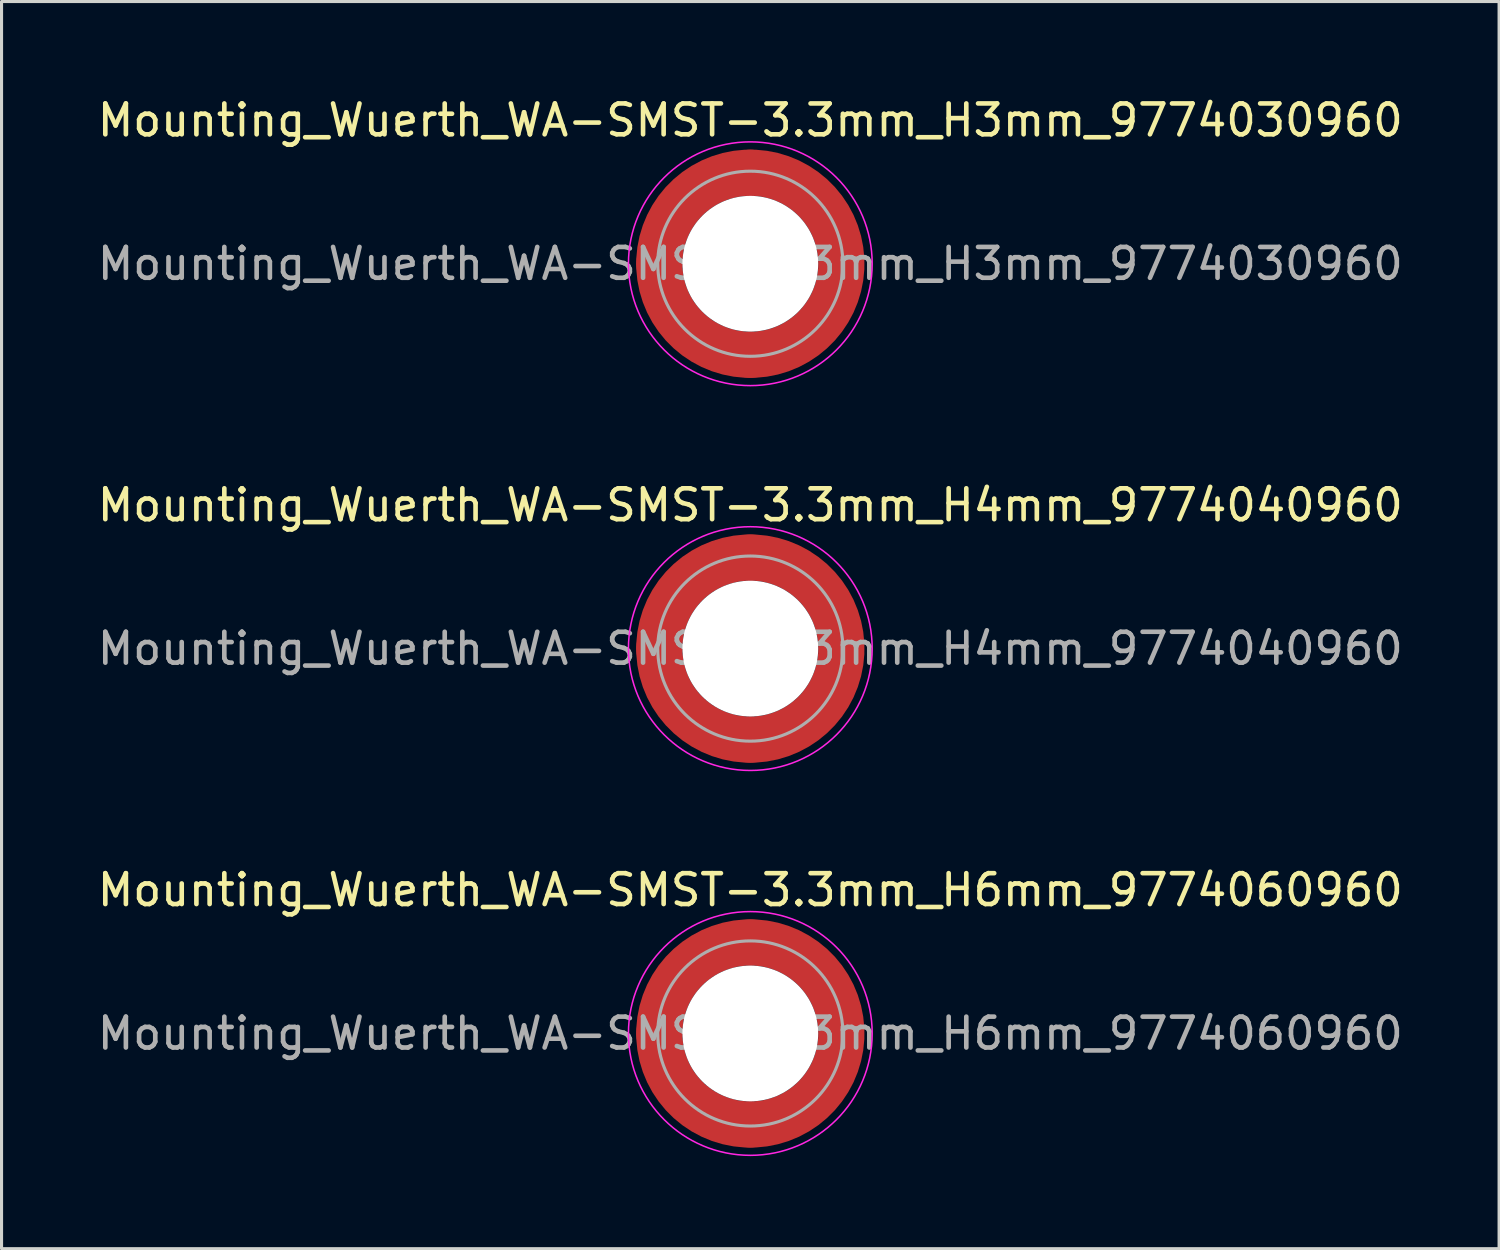
<source format=kicad_pcb>
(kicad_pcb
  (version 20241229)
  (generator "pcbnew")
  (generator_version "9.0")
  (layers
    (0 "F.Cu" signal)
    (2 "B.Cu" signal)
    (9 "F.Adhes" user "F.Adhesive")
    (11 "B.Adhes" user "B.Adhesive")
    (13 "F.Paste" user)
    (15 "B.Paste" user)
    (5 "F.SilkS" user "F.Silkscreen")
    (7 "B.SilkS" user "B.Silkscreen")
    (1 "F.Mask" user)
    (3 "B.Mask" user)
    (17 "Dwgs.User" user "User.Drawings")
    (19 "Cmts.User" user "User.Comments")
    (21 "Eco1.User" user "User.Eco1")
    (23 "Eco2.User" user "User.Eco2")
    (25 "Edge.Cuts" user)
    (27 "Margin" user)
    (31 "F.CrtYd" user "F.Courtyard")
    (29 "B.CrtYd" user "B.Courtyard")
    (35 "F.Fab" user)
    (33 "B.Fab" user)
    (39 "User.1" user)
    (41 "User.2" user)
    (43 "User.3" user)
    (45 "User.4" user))
  (footprint "Mounting_Wuerth_WA-SMST-3.3mm_H6mm_9774060960"
    (layer "F.Cu")
    (at 21.268 30.445)
    (property "Reference" "Mounting_Wuerth_WA-SMST-3.3mm_H6mm_9774060960" (at 0 -4.65 0) (layer "F.SilkS") (effects (font (size 1 1) (thickness 0.15))))
    (attr smd)
    (fp_circle (center 0 0) (end 3.95 0) (stroke (width 0.05) (type solid)) (fill no) (layer "F.CrtYd"))
    (fp_circle (center 0 0) (end 3 0) (stroke (width 0.1) (type solid)) (fill no) (layer "F.Fab"))
    (fp_text user "${REFERENCE}" (at 0 0 0) (layer "F.Fab") (effects (font (size 1 1) (thickness 0.15))))
    (pad "" smd custom (at -2.058 -2.058) (size 1.1 1.1) (layers "F.Paste") (options (anchor circle)) (primitives (gr_arc (start -0.524489 1.532681) (mid 0.194454 0.194454) (end 1.532681 -0.524489) (width 0.55)) (gr_arc (start -0.804569 1.532681) (mid 0 0) (end 1.532681 -0.804569) (width 0.55)) (gr_arc (start -1.083752 1.532681) (mid -0.194454 -0.194454) (end 1.532681 -1.083752) (width 0.55)) (gr_line (start 1.533 -0.524) (end 1.533 -1.084) (width 0.55)) (gr_line (start -0.524 1.533) (end -1.084 1.533) (width 0.55))))
    (pad "" smd custom (at -2.058 2.058) (size 1.1 1.1) (layers "F.Paste") (options (anchor circle)) (primitives (gr_arc (start 1.532681 0.524489) (mid 0.194454 -0.194454) (end -0.524489 -1.532681) (width 0.55)) (gr_arc (start 1.532681 0.804569) (mid 0 0) (end -0.804569 -1.532681) (width 0.55)) (gr_arc (start 1.532681 1.083752) (mid -0.194454 0.194454) (end -1.083752 -1.532681) (width 0.55)) (gr_line (start -0.524 -1.533) (end -1.084 -1.533) (width 0.55)) (gr_line (start 1.533 0.524) (end 1.533 1.084) (width 0.55))))
    (pad "" np_thru_hole circle (at 0 0) (size 4.4 4.4) (drill 4.4) (layers "*.Cu" "*.Mask"))
    (pad "" smd custom (at 2.058 -2.058) (size 1.1 1.1) (layers "F.Paste") (options (anchor circle)) (primitives (gr_arc (start -1.532681 -0.524489) (mid -0.194454 0.194454) (end 0.524489 1.532681) (width 0.55)) (gr_arc (start -1.532681 -0.804569) (mid 0 0) (end 0.804569 1.532681) (width 0.55)) (gr_arc (start -1.532681 -1.083752) (mid 0.194454 -0.194454) (end 1.083752 1.532681) (width 0.55)) (gr_line (start 0.524 1.533) (end 1.084 1.533) (width 0.55)) (gr_line (start -1.533 -0.524) (end -1.533 -1.084) (width 0.55))))
    (pad "" smd custom (at 2.058 2.058) (size 1.1 1.1) (layers "F.Paste") (options (anchor circle)) (primitives (gr_arc (start 0.524489 -1.532681) (mid -0.194454 -0.194454) (end -1.532681 0.524489) (width 0.55)) (gr_arc (start 0.804569 -1.532681) (mid 0 0) (end -1.532681 0.804569) (width 0.55)) (gr_arc (start 1.083752 -1.532681) (mid 0.194454 0.194454) (end -1.532681 1.083752) (width 0.55)) (gr_line (start -1.533 0.524) (end -1.533 1.084) (width 0.55)) (gr_line (start 0.524 -1.533) (end 1.084 -1.533) (width 0.55))))
    (pad "1" smd circle (at -2.95 0) (size 1.5 1.5) (layers "F.Cu"))
    (pad "1" smd circle (at 0 -2.95) (size 1.5 1.5) (layers "F.Cu"))
    (pad "1" smd circle (at 0 2.95) (size 1.5 1.5) (layers "F.Cu"))
    (pad "1" smd custom (at 2.95 0) (size 1.5 1.5) (layers "F.Cu" "F.Mask") (options (anchor circle)) (primitives (gr_circle (center -2.95 0) (end 0 0) (width 1.5) (fill no)))))
  (footprint "Mounting_Wuerth_WA-SMST-3.3mm_H4mm_9774040960"
    (layer "F.Cu")
    (at 21.268 17.971)
    (property "Reference" "Mounting_Wuerth_WA-SMST-3.3mm_H4mm_9774040960" (at 0 -4.65 0) (layer "F.SilkS") (effects (font (size 1 1) (thickness 0.15))))
    (attr smd)
    (fp_circle (center 0 0) (end 3.95 0) (stroke (width 0.05) (type solid)) (fill no) (layer "F.CrtYd"))
    (fp_circle (center 0 0) (end 3 0) (stroke (width 0.1) (type solid)) (fill no) (layer "F.Fab"))
    (fp_text user "${REFERENCE}" (at 0 0 0) (layer "F.Fab") (effects (font (size 1 1) (thickness 0.15))))
    (pad "" smd custom (at -2.058 -2.058) (size 0.55 0.55) (layers "F.Paste") (options (anchor circle)) (primitives (gr_arc (start -0.377294 1.707681) (mid 0.318198 0.318198) (end 1.707681 -0.377294) (width 0.2)) (gr_arc (start -0.478281 1.707681) (mid 0.247487 0.247487) (end 1.707681 -0.478281) (width 0.2)) (gr_arc (start -0.579192 1.707681) (mid 0.176777 0.176777) (end 1.707681 -0.579192) (width 0.2)) (gr_arc (start -0.680037 1.707681) (mid 0.106066 0.106066) (end 1.707681 -0.680037) (width 0.2)) (gr_arc (start -0.780822 1.707681) (mid 0.035356 0.035356) (end 1.707681 -0.780822) (width 0.2)) (gr_arc (start -0.881554 1.707681) (mid -0.035355 -0.035355) (end 1.707681 -0.881554) (width 0.2)) (gr_arc (start -0.982237 1.707681) (mid -0.106066 -0.106066) (end 1.707681 -0.982237) (width 0.2)) (gr_arc (start -1.082877 1.707681) (mid -0.176777 -0.176777) (end 1.707681 -1.082877) (width 0.2)) (gr_arc (start -1.183476 1.707681) (mid -0.247487 -0.247487) (end 1.707681 -1.183476) (width 0.2)) (gr_arc (start -1.28404 1.707681) (mid -0.318198 -0.318198) (end 1.707681 -1.28404) (width 0.2)) (gr_line (start 1.708 -0.377) (end 1.708 -1.284) (width 0.2)) (gr_line (start -0.377 1.708) (end -1.284 1.708) (width 0.2))))
    (pad "" smd custom (at -2.058 2.058) (size 0.55 0.55) (layers "F.Paste") (options (anchor circle)) (primitives (gr_arc (start 1.707681 0.377294) (mid 0.318198 -0.318198) (end -0.377294 -1.707681) (width 0.2)) (gr_arc (start 1.707681 0.478281) (mid 0.247487 -0.247487) (end -0.478281 -1.707681) (width 0.2)) (gr_arc (start 1.707681 0.579192) (mid 0.176777 -0.176777) (end -0.579192 -1.707681) (width 0.2)) (gr_arc (start 1.707681 0.680037) (mid 0.106066 -0.106066) (end -0.680037 -1.707681) (width 0.2)) (gr_arc (start 1.707681 0.780822) (mid 0.035356 -0.035356) (end -0.780822 -1.707681) (width 0.2)) (gr_arc (start 1.707681 0.881554) (mid -0.035355 0.035355) (end -0.881554 -1.707681) (width 0.2)) (gr_arc (start 1.707681 0.982237) (mid -0.106066 0.106066) (end -0.982237 -1.707681) (width 0.2)) (gr_arc (start 1.707681 1.082877) (mid -0.176777 0.176777) (end -1.082877 -1.707681) (width 0.2)) (gr_arc (start 1.707681 1.183476) (mid -0.247487 0.247487) (end -1.183476 -1.707681) (width 0.2)) (gr_arc (start 1.707681 1.28404) (mid -0.318198 0.318198) (end -1.28404 -1.707681) (width 0.2)) (gr_line (start -0.377 -1.708) (end -1.284 -1.708) (width 0.2)) (gr_line (start 1.708 0.377) (end 1.708 1.284) (width 0.2))))
    (pad "" np_thru_hole circle (at 0 0) (size 4.4 4.4) (drill 4.4) (layers "*.Cu" "*.Mask"))
    (pad "" smd custom (at 2.058 -2.058) (size 0.55 0.55) (layers "F.Paste") (options (anchor circle)) (primitives (gr_arc (start -1.707681 -0.377294) (mid -0.318198 0.318198) (end 0.377294 1.707681) (width 0.2)) (gr_arc (start -1.707681 -0.478281) (mid -0.247487 0.247487) (end 0.478281 1.707681) (width 0.2)) (gr_arc (start -1.707681 -0.579192) (mid -0.176777 0.176777) (end 0.579192 1.707681) (width 0.2)) (gr_arc (start -1.707681 -0.680037) (mid -0.106066 0.106066) (end 0.680037 1.707681) (width 0.2)) (gr_arc (start -1.707681 -0.780822) (mid -0.035356 0.035356) (end 0.780822 1.707681) (width 0.2)) (gr_arc (start -1.707681 -0.881554) (mid 0.035355 -0.035355) (end 0.881554 1.707681) (width 0.2)) (gr_arc (start -1.707681 -0.982237) (mid 0.106066 -0.106066) (end 0.982237 1.707681) (width 0.2)) (gr_arc (start -1.707681 -1.082877) (mid 0.176777 -0.176777) (end 1.082877 1.707681) (width 0.2)) (gr_arc (start -1.707681 -1.183476) (mid 0.247487 -0.247487) (end 1.183476 1.707681) (width 0.2)) (gr_arc (start -1.707681 -1.28404) (mid 0.318198 -0.318198) (end 1.28404 1.707681) (width 0.2)) (gr_line (start 0.377 1.708) (end 1.284 1.708) (width 0.2)) (gr_line (start -1.708 -0.377) (end -1.708 -1.284) (width 0.2))))
    (pad "" smd custom (at 2.058 2.058) (size 0.55 0.55) (layers "F.Paste") (options (anchor circle)) (primitives (gr_arc (start 0.377294 -1.707681) (mid -0.318198 -0.318198) (end -1.707681 0.377294) (width 0.2)) (gr_arc (start 0.478281 -1.707681) (mid -0.247487 -0.247487) (end -1.707681 0.478281) (width 0.2)) (gr_arc (start 0.579192 -1.707681) (mid -0.176777 -0.176777) (end -1.707681 0.579192) (width 0.2)) (gr_arc (start 0.680037 -1.707681) (mid -0.106066 -0.106066) (end -1.707681 0.680037) (width 0.2)) (gr_arc (start 0.780822 -1.707681) (mid -0.035356 -0.035356) (end -1.707681 0.780822) (width 0.2)) (gr_arc (start 0.881554 -1.707681) (mid 0.035355 0.035355) (end -1.707681 0.881554) (width 0.2)) (gr_arc (start 0.982237 -1.707681) (mid 0.106066 0.106066) (end -1.707681 0.982237) (width 0.2)) (gr_arc (start 1.082877 -1.707681) (mid 0.176777 0.176777) (end -1.707681 1.082877) (width 0.2)) (gr_arc (start 1.183476 -1.707681) (mid 0.247487 0.247487) (end -1.707681 1.183476) (width 0.2)) (gr_arc (start 1.28404 -1.707681) (mid 0.318198 0.318198) (end -1.707681 1.28404) (width 0.2)) (gr_line (start -1.708 0.377) (end -1.708 1.284) (width 0.2)) (gr_line (start 0.377 -1.708) (end 1.284 -1.708) (width 0.2))))
    (pad "1" smd circle (at -2.95 0) (size 1.5 1.5) (layers "F.Cu"))
    (pad "1" smd circle (at 0 -2.95) (size 1.5 1.5) (layers "F.Cu"))
    (pad "1" smd circle (at 0 2.95) (size 1.5 1.5) (layers "F.Cu"))
    (pad "1" smd custom (at 2.95 0) (size 1.5 1.5) (layers "F.Cu" "F.Mask") (options (anchor circle)) (primitives (gr_circle (center -2.95 0) (end 0 0) (width 1.5) (fill no)))))
  (footprint "Mounting_Wuerth_WA-SMST-3.3mm_H3mm_9774030960"
    (layer "F.Cu")
    (at 21.268 5.498)
    (property "Reference" "Mounting_Wuerth_WA-SMST-3.3mm_H3mm_9774030960" (at 0 -4.65 0) (layer "F.SilkS") (effects (font (size 1 1) (thickness 0.15))))
    (attr smd)
    (fp_circle (center 0 0) (end 3.95 0) (stroke (width 0.05) (type solid)) (fill no) (layer "F.CrtYd"))
    (fp_circle (center 0 0) (end 3 0) (stroke (width 0.1) (type solid)) (fill no) (layer "F.Fab"))
    (fp_text user "${REFERENCE}" (at 0 0 0) (layer "F.Fab") (effects (font (size 1 1) (thickness 0.15))))
    (pad "" smd custom (at -2.058 -2.058) (size 1.1 1.1) (layers "F.Paste") (options (anchor circle)) (primitives (gr_arc (start -0.524489 1.532681) (mid 0.194454 0.194454) (end 1.532681 -0.524489) (width 0.55)) (gr_arc (start -0.804569 1.532681) (mid 0 0) (end 1.532681 -0.804569) (width 0.55)) (gr_arc (start -1.083752 1.532681) (mid -0.194454 -0.194454) (end 1.532681 -1.083752) (width 0.55)) (gr_line (start 1.533 -0.524) (end 1.533 -1.084) (width 0.55)) (gr_line (start -0.524 1.533) (end -1.084 1.533) (width 0.55))))
    (pad "" smd custom (at -2.058 2.058) (size 1.1 1.1) (layers "F.Paste") (options (anchor circle)) (primitives (gr_arc (start 1.532681 0.524489) (mid 0.194454 -0.194454) (end -0.524489 -1.532681) (width 0.55)) (gr_arc (start 1.532681 0.804569) (mid 0 0) (end -0.804569 -1.532681) (width 0.55)) (gr_arc (start 1.532681 1.083752) (mid -0.194454 0.194454) (end -1.083752 -1.532681) (width 0.55)) (gr_line (start -0.524 -1.533) (end -1.084 -1.533) (width 0.55)) (gr_line (start 1.533 0.524) (end 1.533 1.084) (width 0.55))))
    (pad "" np_thru_hole circle (at 0 0) (size 4.4 4.4) (drill 4.4) (layers "*.Cu" "*.Mask"))
    (pad "" smd custom (at 2.058 -2.058) (size 1.1 1.1) (layers "F.Paste") (options (anchor circle)) (primitives (gr_arc (start -1.532681 -0.524489) (mid -0.194454 0.194454) (end 0.524489 1.532681) (width 0.55)) (gr_arc (start -1.532681 -0.804569) (mid 0 0) (end 0.804569 1.532681) (width 0.55)) (gr_arc (start -1.532681 -1.083752) (mid 0.194454 -0.194454) (end 1.083752 1.532681) (width 0.55)) (gr_line (start 0.524 1.533) (end 1.084 1.533) (width 0.55)) (gr_line (start -1.533 -0.524) (end -1.533 -1.084) (width 0.55))))
    (pad "" smd custom (at 2.058 2.058) (size 1.1 1.1) (layers "F.Paste") (options (anchor circle)) (primitives (gr_arc (start 0.524489 -1.532681) (mid -0.194454 -0.194454) (end -1.532681 0.524489) (width 0.55)) (gr_arc (start 0.804569 -1.532681) (mid 0 0) (end -1.532681 0.804569) (width 0.55)) (gr_arc (start 1.083752 -1.532681) (mid 0.194454 0.194454) (end -1.532681 1.083752) (width 0.55)) (gr_line (start -1.533 0.524) (end -1.533 1.084) (width 0.55)) (gr_line (start 0.524 -1.533) (end 1.084 -1.533) (width 0.55))))
    (pad "1" smd circle (at -2.95 0) (size 1.5 1.5) (layers "F.Cu"))
    (pad "1" smd circle (at 0 -2.95) (size 1.5 1.5) (layers "F.Cu"))
    (pad "1" smd circle (at 0 2.95) (size 1.5 1.5) (layers "F.Cu"))
    (pad "1" smd custom (at 2.95 0) (size 1.5 1.5) (layers "F.Cu" "F.Mask") (options (anchor circle)) (primitives (gr_circle (center -2.95 0) (end 0 0) (width 1.5) (fill no)))))
  (gr_rect
    (start -3 -3)
    (end 45.536 37.42)
    (stroke (width 0.1) (type default))
    (fill no)
    (layer "Edge.Cuts")))
</source>
